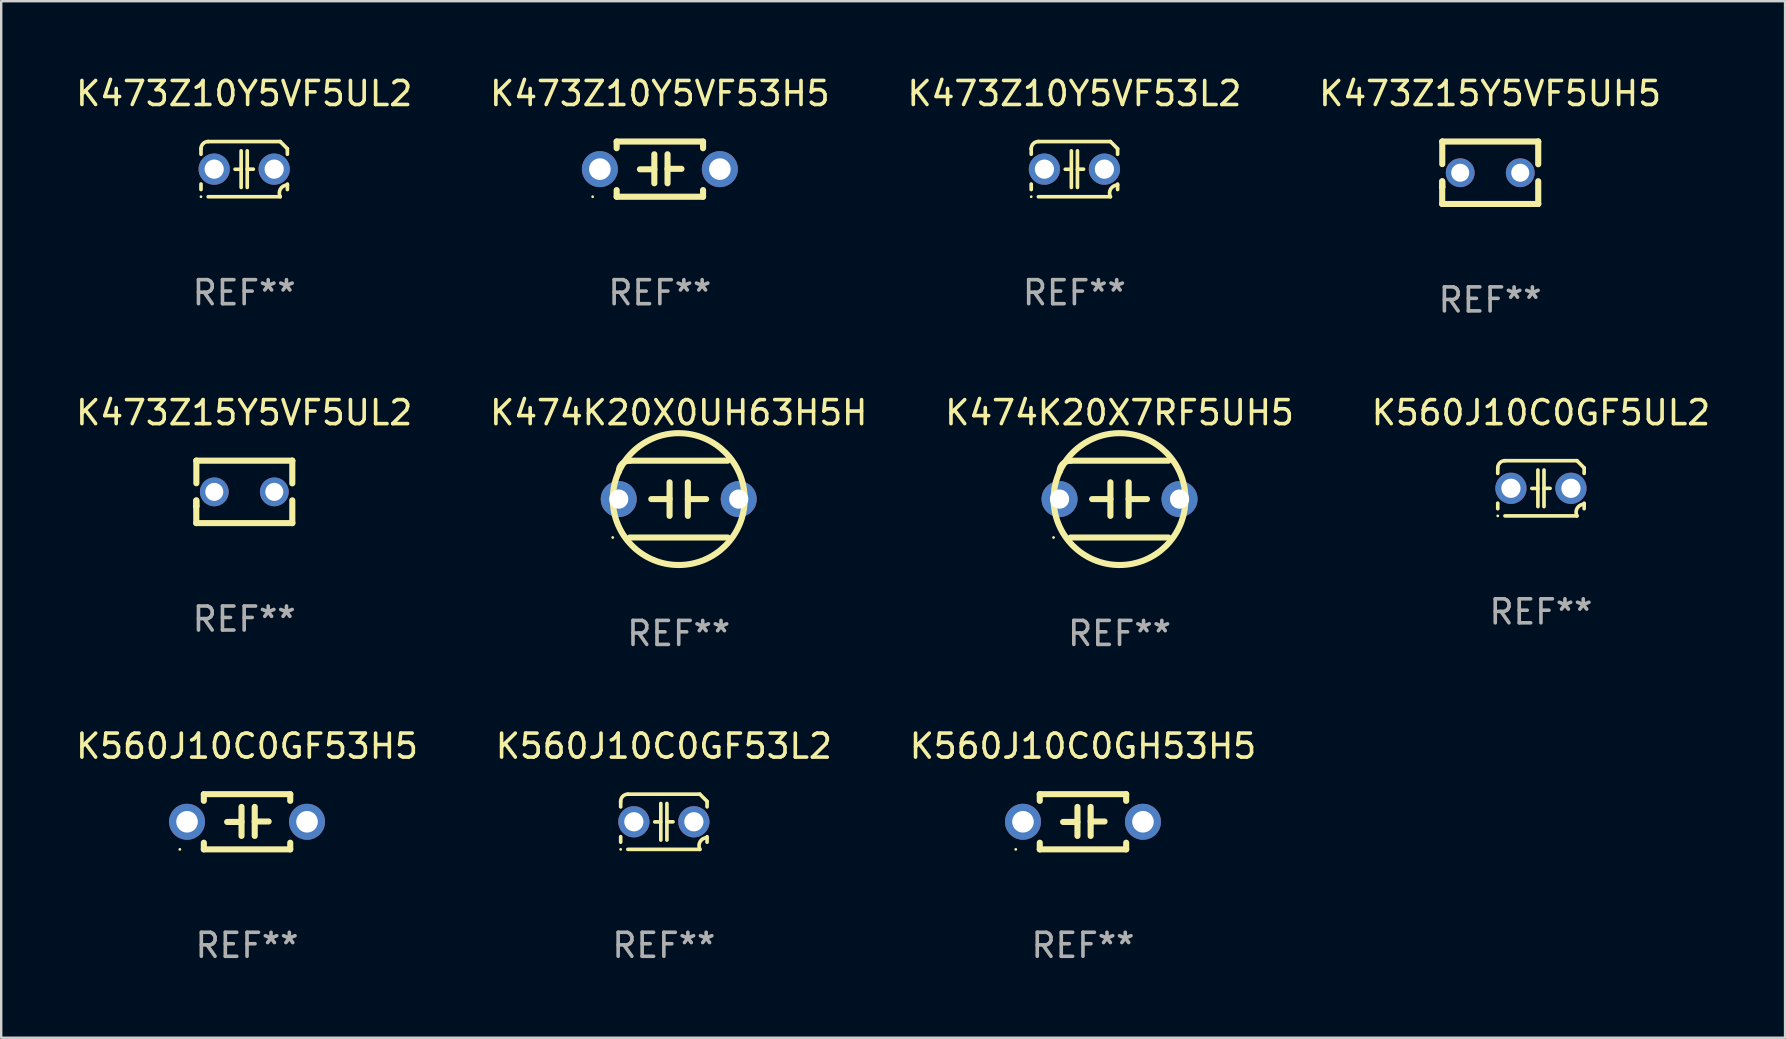
<source format=kicad_pcb>
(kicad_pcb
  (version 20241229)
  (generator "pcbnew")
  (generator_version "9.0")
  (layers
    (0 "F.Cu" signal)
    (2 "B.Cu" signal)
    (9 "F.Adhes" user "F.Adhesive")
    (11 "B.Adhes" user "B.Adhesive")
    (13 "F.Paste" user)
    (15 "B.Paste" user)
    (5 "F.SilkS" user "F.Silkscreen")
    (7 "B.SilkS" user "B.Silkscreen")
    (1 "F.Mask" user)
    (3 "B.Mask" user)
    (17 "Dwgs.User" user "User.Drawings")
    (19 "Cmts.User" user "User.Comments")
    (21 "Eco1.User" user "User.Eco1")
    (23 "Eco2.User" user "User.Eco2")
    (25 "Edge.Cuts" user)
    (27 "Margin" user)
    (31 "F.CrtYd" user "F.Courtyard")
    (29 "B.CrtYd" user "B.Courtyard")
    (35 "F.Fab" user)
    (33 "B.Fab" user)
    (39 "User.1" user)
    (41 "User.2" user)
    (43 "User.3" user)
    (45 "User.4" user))
  (footprint "K473Z10Y5VF53H5"
    (layer "F.Cu")
    (at 24.446 3.998)
    (property "Reference" "K473Z10Y5VF53H5" (at 0 -3.15 0) (layer "F.SilkS") (effects (font (size 1 1) (thickness 0.15))))
    (attr through_hole)
    (fp_line (start -1.8 -1.15) (end -1.8 -0.872) (stroke (width 0.254) (type solid)) (layer "F.SilkS"))
    (fp_line (start -1.8 -1.15) (end 1.8 -1.15) (stroke (width 0.254) (type solid)) (layer "F.SilkS"))
    (fp_line (start -1.8 0.872) (end -1.8 1.15) (stroke (width 0.254) (type solid)) (layer "F.SilkS"))
    (fp_line (start -1.8 1.15) (end 1.8 1.15) (stroke (width 0.254) (type solid)) (layer "F.SilkS"))
    (fp_line (start -0.23 -0.62) (end -0.23 0.59) (stroke (width 0.254) (type solid)) (layer "F.SilkS"))
    (fp_line (start -0.23 0.007) (end -0.83 0.007) (stroke (width 0.254) (type solid)) (layer "F.SilkS"))
    (fp_line (start 0.32 -0.62) (end 0.32 0.59) (stroke (width 0.254) (type solid)) (layer "F.SilkS"))
    (fp_line (start 0.32 -0.012) (end 0.9 -0.012) (stroke (width 0.254) (type solid)) (layer "F.SilkS"))
    (fp_line (start 1.8 -1.15) (end 1.8 -0.872) (stroke (width 0.254) (type solid)) (layer "F.SilkS"))
    (fp_line (start 1.8 0.872) (end 1.8 1.15) (stroke (width 0.254) (type solid)) (layer "F.SilkS"))
    (fp_circle (center -2.8 1.15) (end -2.77 1.15) (stroke (width 0.06) (type solid)) (fill no) (layer "F.SilkS"))
    (fp_text user "REF**" (at 0 5.15 0) (layer "F.Fab") (effects (font (size 1 1) (thickness 0.15))))
    (pad "1" thru_hole circle (at -2.5 0) (size 1.5 1.5) (drill 0.9) (layers "*.Cu" "*.Mask"))
    (pad "2" thru_hole circle (at 2.5 0) (size 1.5 1.5) (drill 0.9) (layers "*.Cu" "*.Mask")))
  (footprint "K473Z15Y5VF5UH5"
    (layer "F.Cu")
    (at 59.042 4.149)
    (property "Reference" "K473Z15Y5VF5UH5" (at 0 -3.301 0) (layer "F.SilkS") (effects (font (size 1 1) (thickness 0.15))))
    (attr through_hole)
    (fp_line (start -1.996 0.354) (end -1.996 1.301) (stroke (width 0.254) (type solid)) (layer "F.SilkS"))
    (fp_line (start -1.996 1.301) (end 2.002 1.301) (stroke (width 0.254) (type solid)) (layer "F.SilkS"))
    (fp_line (start -1.993 -1.299) (end -1.993 -0.36) (stroke (width 0.254) (type solid)) (layer "F.SilkS"))
    (fp_line (start -1.993 0.358) (end -1.993 0.599) (stroke (width 0.254) (type solid)) (layer "F.SilkS"))
    (fp_line (start -1.993 0.599) (end -2.005 0.61) (stroke (width 0.254) (type solid)) (layer "F.SilkS"))
    (fp_line (start -1.992 -1.301) (end -1.993 -1.299) (stroke (width 0.254) (type solid)) (layer "F.SilkS"))
    (fp_line (start 2.002 1.301) (end 2.005 1.298) (stroke (width 0.254) (type solid)) (layer "F.SilkS"))
    (fp_line (start 2.003 -1.301) (end -1.992 -1.301) (stroke (width 0.254) (type solid)) (layer "F.SilkS"))
    (fp_line (start 2.005 -1.299) (end 2.003 -1.301) (stroke (width 0.254) (type solid)) (layer "F.SilkS"))
    (fp_line (start 2.005 -0.355) (end 2.005 -1.299) (stroke (width 0.254) (type solid)) (layer "F.SilkS"))
    (fp_line (start 2.005 1.298) (end 2.005 0.352) (stroke (width 0.254) (type solid)) (layer "F.SilkS"))
    (fp_circle (center -1.996 1.299) (end -1.966 1.299) (stroke (width 0.06) (type solid)) (fill no) (layer "F.SilkS"))
    (fp_text user "REF**" (at 0 5.301 0) (layer "F.Fab") (effects (font (size 1 1) (thickness 0.15))))
    (pad "1" thru_hole circle (at -1.246 -0.001) (size 1.2 1.2) (drill 0.75) (layers "*.Cu" "*.Mask"))
    (pad "2" thru_hole circle (at 1.255 -0.001) (size 1.2 1.2) (drill 0.75) (layers "*.Cu" "*.Mask")))
  (footprint "K560J10C0GF53H5"
    (layer "F.Cu")
    (at 7.244 31.193)
    (property "Reference" "K560J10C0GF53H5" (at 0 -3.15 0) (layer "F.SilkS") (effects (font (size 1 1) (thickness 0.15))))
    (attr through_hole)
    (fp_line (start -1.8 -1.15) (end -1.8 -0.872) (stroke (width 0.254) (type solid)) (layer "F.SilkS"))
    (fp_line (start -1.8 -1.15) (end 1.8 -1.15) (stroke (width 0.254) (type solid)) (layer "F.SilkS"))
    (fp_line (start -1.8 0.872) (end -1.8 1.15) (stroke (width 0.254) (type solid)) (layer "F.SilkS"))
    (fp_line (start -1.8 1.15) (end 1.8 1.15) (stroke (width 0.254) (type solid)) (layer "F.SilkS"))
    (fp_line (start -0.23 -0.62) (end -0.23 0.59) (stroke (width 0.254) (type solid)) (layer "F.SilkS"))
    (fp_line (start -0.23 0.007) (end -0.83 0.007) (stroke (width 0.254) (type solid)) (layer "F.SilkS"))
    (fp_line (start 0.32 -0.62) (end 0.32 0.59) (stroke (width 0.254) (type solid)) (layer "F.SilkS"))
    (fp_line (start 0.32 -0.012) (end 0.9 -0.012) (stroke (width 0.254) (type solid)) (layer "F.SilkS"))
    (fp_line (start 1.8 -1.15) (end 1.8 -0.872) (stroke (width 0.254) (type solid)) (layer "F.SilkS"))
    (fp_line (start 1.8 0.872) (end 1.8 1.15) (stroke (width 0.254) (type solid)) (layer "F.SilkS"))
    (fp_circle (center -2.8 1.15) (end -2.77 1.15) (stroke (width 0.06) (type solid)) (fill no) (layer "F.SilkS"))
    (fp_text user "REF**" (at 0 5.15 0) (layer "F.Fab") (effects (font (size 1 1) (thickness 0.15))))
    (pad "1" thru_hole circle (at -2.5 0) (size 1.5 1.5) (drill 0.9) (layers "*.Cu" "*.Mask"))
    (pad "2" thru_hole circle (at 2.5 0) (size 1.5 1.5) (drill 0.9) (layers "*.Cu" "*.Mask")))
  (footprint "K560J10C0GH53H5"
    (layer "F.Cu")
    (at 42.077 31.193)
    (property "Reference" "K560J10C0GH53H5" (at 0 -3.15 0) (layer "F.SilkS") (effects (font (size 1 1) (thickness 0.15))))
    (attr through_hole)
    (fp_line (start -1.8 -1.15) (end -1.8 -0.872) (stroke (width 0.254) (type solid)) (layer "F.SilkS"))
    (fp_line (start -1.8 -1.15) (end 1.8 -1.15) (stroke (width 0.254) (type solid)) (layer "F.SilkS"))
    (fp_line (start -1.8 0.872) (end -1.8 1.15) (stroke (width 0.254) (type solid)) (layer "F.SilkS"))
    (fp_line (start -1.8 1.15) (end 1.8 1.15) (stroke (width 0.254) (type solid)) (layer "F.SilkS"))
    (fp_line (start -0.23 -0.62) (end -0.23 0.59) (stroke (width 0.254) (type solid)) (layer "F.SilkS"))
    (fp_line (start -0.23 0.007) (end -0.83 0.007) (stroke (width 0.254) (type solid)) (layer "F.SilkS"))
    (fp_line (start 0.32 -0.62) (end 0.32 0.59) (stroke (width 0.254) (type solid)) (layer "F.SilkS"))
    (fp_line (start 0.32 -0.012) (end 0.9 -0.012) (stroke (width 0.254) (type solid)) (layer "F.SilkS"))
    (fp_line (start 1.8 -1.15) (end 1.8 -0.872) (stroke (width 0.254) (type solid)) (layer "F.SilkS"))
    (fp_line (start 1.8 0.872) (end 1.8 1.15) (stroke (width 0.254) (type solid)) (layer "F.SilkS"))
    (fp_circle (center -2.8 1.15) (end -2.77 1.15) (stroke (width 0.06) (type solid)) (fill no) (layer "F.SilkS"))
    (fp_text user "REF**" (at 0 5.15 0) (layer "F.Fab") (effects (font (size 1 1) (thickness 0.15))))
    (pad "1" thru_hole circle (at -2.5 0) (size 1.5 1.5) (drill 0.9) (layers "*.Cu" "*.Mask"))
    (pad "2" thru_hole circle (at 2.5 0) (size 1.5 1.5) (drill 0.9) (layers "*.Cu" "*.Mask")))
  (footprint "K560J10C0GF53L2"
    (layer "F.Cu")
    (at 24.613 31.193)
    (property "Reference" "K560J10C0GF53L2" (at 0 -3.15 0) (layer "F.SilkS") (effects (font (size 1 1) (thickness 0.15))))
    (attr through_hole)
    (fp_line (start -1.8 -0.621) (end -1.8 -0.85) (stroke (width 0.152) (type solid)) (layer "F.SilkS"))
    (fp_line (start -1.8 0.85) (end -1.8 0.621) (stroke (width 0.152) (type solid)) (layer "F.SilkS"))
    (fp_line (start -1.5 -1.15) (end 1.5 -1.15) (stroke (width 0.152) (type solid)) (layer "F.SilkS"))
    (fp_line (start -0.127 -0.762) (end -0.127 0.762) (stroke (width 0.152) (type solid)) (layer "F.SilkS"))
    (fp_line (start -0.127 0.005) (end -0.381 0.005) (stroke (width 0.152) (type solid)) (layer "F.SilkS"))
    (fp_line (start 0.127 -0.762) (end 0.127 0.762) (stroke (width 0.152) (type solid)) (layer "F.SilkS"))
    (fp_line (start 0.127 0.002) (end 0.381 0.002) (stroke (width 0.152) (type solid)) (layer "F.SilkS"))
    (fp_line (start 1.5 1.15) (end -1.5 1.15) (stroke (width 0.152) (type solid)) (layer "F.SilkS"))
    (fp_line (start 1.8 -0.85) (end 1.8 -0.621) (stroke (width 0.152) (type solid)) (layer "F.SilkS"))
    (fp_line (start 1.8 0.621) (end 1.8 0.85) (stroke (width 0.152) (type solid)) (layer "F.SilkS"))
    (fp_arc (start -1.799975 -0.849987) (mid -1.712107 -1.062119) (end -1.499975 -1.149987) (stroke (width 0.151994) (type solid)) (layer "F.SilkS"))
    (fp_arc (start 1.499975 1.149987) (mid 1.513726 0.822359) (end 1.799975 0.662387) (stroke (width 0.151994) (type solid)) (layer "F.SilkS"))
    (fp_arc (start 1.500001 -1.149986) (mid 1.650015 -1.000001) (end 1.8 -0.849987) (stroke (width 0.151994) (type solid)) (layer "F.SilkS"))
    (fp_circle (center -1.8 1.15) (end -1.77 1.15) (stroke (width 0.06) (type solid)) (fill no) (layer "F.SilkS"))
    (fp_text user "REF**" (at 0 5.15 0) (layer "F.Fab") (effects (font (size 1 1) (thickness 0.15))))
    (pad "1" thru_hole circle (at -1.25 0) (size 1.3 1.3) (drill 0.8) (layers "*.Cu" "*.Mask"))
    (pad "2" thru_hole circle (at 1.25 0) (size 1.3 1.3) (drill 0.8) (layers "*.Cu" "*.Mask")))
  (footprint "K560J10C0GF5UL2"
    (layer "F.Cu")
    (at 61.161 17.297)
    (property "Reference" "K560J10C0GF5UL2" (at 0 -3.15 0) (layer "F.SilkS") (effects (font (size 1 1) (thickness 0.15))))
    (attr through_hole)
    (fp_line (start -1.8 -0.621) (end -1.8 -0.85) (stroke (width 0.152) (type solid)) (layer "F.SilkS"))
    (fp_line (start -1.8 0.85) (end -1.8 0.621) (stroke (width 0.152) (type solid)) (layer "F.SilkS"))
    (fp_line (start -1.5 -1.15) (end 1.5 -1.15) (stroke (width 0.152) (type solid)) (layer "F.SilkS"))
    (fp_line (start -0.127 -0.762) (end -0.127 0.762) (stroke (width 0.152) (type solid)) (layer "F.SilkS"))
    (fp_line (start -0.127 0.005) (end -0.381 0.005) (stroke (width 0.152) (type solid)) (layer "F.SilkS"))
    (fp_line (start 0.127 -0.762) (end 0.127 0.762) (stroke (width 0.152) (type solid)) (layer "F.SilkS"))
    (fp_line (start 0.127 0.002) (end 0.381 0.002) (stroke (width 0.152) (type solid)) (layer "F.SilkS"))
    (fp_line (start 1.5 1.15) (end -1.5 1.15) (stroke (width 0.152) (type solid)) (layer "F.SilkS"))
    (fp_line (start 1.8 -0.85) (end 1.8 -0.621) (stroke (width 0.152) (type solid)) (layer "F.SilkS"))
    (fp_line (start 1.8 0.621) (end 1.8 0.85) (stroke (width 0.152) (type solid)) (layer "F.SilkS"))
    (fp_arc (start -1.799975 -0.849987) (mid -1.712107 -1.062119) (end -1.499975 -1.149987) (stroke (width 0.151994) (type solid)) (layer "F.SilkS"))
    (fp_arc (start 1.499975 1.149987) (mid 1.513726 0.822359) (end 1.799975 0.662387) (stroke (width 0.151994) (type solid)) (layer "F.SilkS"))
    (fp_arc (start 1.500001 -1.149986) (mid 1.650015 -1.000001) (end 1.8 -0.849987) (stroke (width 0.151994) (type solid)) (layer "F.SilkS"))
    (fp_circle (center -1.8 1.15) (end -1.77 1.15) (stroke (width 0.06) (type solid)) (fill no) (layer "F.SilkS"))
    (fp_text user "REF**" (at 0 5.15 0) (layer "F.Fab") (effects (font (size 1 1) (thickness 0.15))))
    (pad "1" thru_hole circle (at -1.25 0) (size 1.3 1.3) (drill 0.8) (layers "*.Cu" "*.Mask"))
    (pad "2" thru_hole circle (at 1.25 0) (size 1.3 1.3) (drill 0.8) (layers "*.Cu" "*.Mask")))
  (footprint "K473Z10Y5VF5UL2"
    (layer "F.Cu")
    (at 7.125 3.998)
    (property "Reference" "K473Z10Y5VF5UL2" (at 0 -3.15 0) (layer "F.SilkS") (effects (font (size 1 1) (thickness 0.15))))
    (attr through_hole)
    (fp_line (start -1.8 -0.621) (end -1.8 -0.85) (stroke (width 0.152) (type solid)) (layer "F.SilkS"))
    (fp_line (start -1.8 0.85) (end -1.8 0.621) (stroke (width 0.152) (type solid)) (layer "F.SilkS"))
    (fp_line (start -1.5 -1.15) (end 1.5 -1.15) (stroke (width 0.152) (type solid)) (layer "F.SilkS"))
    (fp_line (start -0.127 -0.762) (end -0.127 0.762) (stroke (width 0.152) (type solid)) (layer "F.SilkS"))
    (fp_line (start -0.127 0.005) (end -0.381 0.005) (stroke (width 0.152) (type solid)) (layer "F.SilkS"))
    (fp_line (start 0.127 -0.762) (end 0.127 0.762) (stroke (width 0.152) (type solid)) (layer "F.SilkS"))
    (fp_line (start 0.127 0.002) (end 0.381 0.002) (stroke (width 0.152) (type solid)) (layer "F.SilkS"))
    (fp_line (start 1.5 1.15) (end -1.5 1.15) (stroke (width 0.152) (type solid)) (layer "F.SilkS"))
    (fp_line (start 1.8 -0.85) (end 1.8 -0.621) (stroke (width 0.152) (type solid)) (layer "F.SilkS"))
    (fp_line (start 1.8 0.621) (end 1.8 0.85) (stroke (width 0.152) (type solid)) (layer "F.SilkS"))
    (fp_arc (start -1.799975 -0.849987) (mid -1.712107 -1.062119) (end -1.499975 -1.149987) (stroke (width 0.151994) (type solid)) (layer "F.SilkS"))
    (fp_arc (start 1.499975 1.149987) (mid 1.513726 0.822359) (end 1.799975 0.662387) (stroke (width 0.151994) (type solid)) (layer "F.SilkS"))
    (fp_arc (start 1.500001 -1.149986) (mid 1.650015 -1.000001) (end 1.8 -0.849987) (stroke (width 0.151994) (type solid)) (layer "F.SilkS"))
    (fp_circle (center -1.8 1.15) (end -1.77 1.15) (stroke (width 0.06) (type solid)) (fill no) (layer "F.SilkS"))
    (fp_text user "REF**" (at 0 5.15 0) (layer "F.Fab") (effects (font (size 1 1) (thickness 0.15))))
    (pad "1" thru_hole circle (at -1.25 0) (size 1.3 1.3) (drill 0.8) (layers "*.Cu" "*.Mask"))
    (pad "2" thru_hole circle (at 1.25 0) (size 1.3 1.3) (drill 0.8) (layers "*.Cu" "*.Mask")))
  (footprint "K473Z10Y5VF53L2"
    (layer "F.Cu")
    (at 41.72 3.998)
    (property "Reference" "K473Z10Y5VF53L2" (at 0 -3.15 0) (layer "F.SilkS") (effects (font (size 1 1) (thickness 0.15))))
    (attr through_hole)
    (fp_line (start -1.8 -0.621) (end -1.8 -0.85) (stroke (width 0.152) (type solid)) (layer "F.SilkS"))
    (fp_line (start -1.8 0.85) (end -1.8 0.621) (stroke (width 0.152) (type solid)) (layer "F.SilkS"))
    (fp_line (start -1.5 -1.15) (end 1.5 -1.15) (stroke (width 0.152) (type solid)) (layer "F.SilkS"))
    (fp_line (start -0.127 -0.762) (end -0.127 0.762) (stroke (width 0.152) (type solid)) (layer "F.SilkS"))
    (fp_line (start -0.127 0.005) (end -0.381 0.005) (stroke (width 0.152) (type solid)) (layer "F.SilkS"))
    (fp_line (start 0.127 -0.762) (end 0.127 0.762) (stroke (width 0.152) (type solid)) (layer "F.SilkS"))
    (fp_line (start 0.127 0.002) (end 0.381 0.002) (stroke (width 0.152) (type solid)) (layer "F.SilkS"))
    (fp_line (start 1.5 1.15) (end -1.5 1.15) (stroke (width 0.152) (type solid)) (layer "F.SilkS"))
    (fp_line (start 1.8 -0.85) (end 1.8 -0.621) (stroke (width 0.152) (type solid)) (layer "F.SilkS"))
    (fp_line (start 1.8 0.621) (end 1.8 0.85) (stroke (width 0.152) (type solid)) (layer "F.SilkS"))
    (fp_arc (start -1.799975 -0.849987) (mid -1.712107 -1.062119) (end -1.499975 -1.149987) (stroke (width 0.151994) (type solid)) (layer "F.SilkS"))
    (fp_arc (start 1.499975 1.149987) (mid 1.513726 0.822359) (end 1.799975 0.662387) (stroke (width 0.151994) (type solid)) (layer "F.SilkS"))
    (fp_arc (start 1.500001 -1.149986) (mid 1.650015 -1.000001) (end 1.8 -0.849987) (stroke (width 0.151994) (type solid)) (layer "F.SilkS"))
    (fp_circle (center -1.8 1.15) (end -1.77 1.15) (stroke (width 0.06) (type solid)) (fill no) (layer "F.SilkS"))
    (fp_text user "REF**" (at 0 5.15 0) (layer "F.Fab") (effects (font (size 1 1) (thickness 0.15))))
    (pad "1" thru_hole circle (at -1.25 0) (size 1.3 1.3) (drill 0.8) (layers "*.Cu" "*.Mask"))
    (pad "2" thru_hole circle (at 1.25 0) (size 1.3 1.3) (drill 0.8) (layers "*.Cu" "*.Mask")))
  (footprint "K474K20X7RF5UH5"
    (layer "F.Cu")
    (at 43.601 17.747)
    (property "Reference" "K474K20X7RF5UH5" (at 0 -3.6 0) (layer "F.SilkS") (effects (font (size 1 1) (thickness 0.15))))
    (attr through_hole)
    (fp_line (start -2.038 1.6) (end 2.038 1.6) (stroke (width 0.254) (type solid)) (layer "F.SilkS"))
    (fp_line (start -1.143 0) (end -0.381 0) (stroke (width 0.254) (type solid)) (layer "F.SilkS"))
    (fp_line (start -0.381 -0.699) (end -0.381 0.699) (stroke (width 0.254) (type solid)) (layer "F.SilkS"))
    (fp_line (start 0.381 -0.699) (end 0.381 0.699) (stroke (width 0.254) (type solid)) (layer "F.SilkS"))
    (fp_line (start 1.143 0) (end 0.381 0) (stroke (width 0.254) (type solid)) (layer "F.SilkS"))
    (fp_line (start 2.038 -1.6) (end -2.038 -1.6) (stroke (width 0.254) (type solid)) (layer "F.SilkS"))
    (fp_arc (start -2.500127 -1.137744) (mid -2.364728 -1.464626) (end -2.037846 -1.600025) (stroke (width 0.254001) (type solid)) (layer "F.SilkS"))
    (fp_arc (start -2.500127 1.137719) (mid 2.500149 -1.137741) (end -2.500127 1.137719) (stroke (width 0.254001) (type solid)) (layer "F.SilkS"))
    (fp_circle (center -2.75 1.6) (end -2.72 1.6) (stroke (width 0.06) (type solid)) (fill no) (layer "F.SilkS"))
    (fp_text user "REF**" (at 0 5.6 0) (layer "F.Fab") (effects (font (size 1 1) (thickness 0.15))))
    (pad "1" thru_hole circle (at -2.5 0) (size 1.5 1.5) (drill 0.8) (layers "*.Cu" "*.Mask"))
    (pad "2" thru_hole circle (at 2.5 0) (size 1.5 1.5) (drill 0.8) (layers "*.Cu" "*.Mask")))
  (footprint "K473Z15Y5VF5UL2"
    (layer "F.Cu")
    (at 7.125 17.447)
    (property "Reference" "K473Z15Y5VF5UL2" (at 0 -3.301 0) (layer "F.SilkS") (effects (font (size 1 1) (thickness 0.15))))
    (attr through_hole)
    (fp_line (start -1.996 0.354) (end -1.996 1.301) (stroke (width 0.254) (type solid)) (layer "F.SilkS"))
    (fp_line (start -1.996 1.301) (end 2.002 1.301) (stroke (width 0.254) (type solid)) (layer "F.SilkS"))
    (fp_line (start -1.993 -1.299) (end -1.993 -0.36) (stroke (width 0.254) (type solid)) (layer "F.SilkS"))
    (fp_line (start -1.993 0.358) (end -1.993 0.599) (stroke (width 0.254) (type solid)) (layer "F.SilkS"))
    (fp_line (start -1.993 0.599) (end -2.005 0.61) (stroke (width 0.254) (type solid)) (layer "F.SilkS"))
    (fp_line (start -1.992 -1.301) (end -1.993 -1.299) (stroke (width 0.254) (type solid)) (layer "F.SilkS"))
    (fp_line (start 2.002 1.301) (end 2.005 1.298) (stroke (width 0.254) (type solid)) (layer "F.SilkS"))
    (fp_line (start 2.003 -1.301) (end -1.992 -1.301) (stroke (width 0.254) (type solid)) (layer "F.SilkS"))
    (fp_line (start 2.005 -1.299) (end 2.003 -1.301) (stroke (width 0.254) (type solid)) (layer "F.SilkS"))
    (fp_line (start 2.005 -0.355) (end 2.005 -1.299) (stroke (width 0.254) (type solid)) (layer "F.SilkS"))
    (fp_line (start 2.005 1.298) (end 2.005 0.352) (stroke (width 0.254) (type solid)) (layer "F.SilkS"))
    (fp_circle (center -1.996 1.299) (end -1.966 1.299) (stroke (width 0.06) (type solid)) (fill no) (layer "F.SilkS"))
    (fp_text user "REF**" (at 0 5.301 0) (layer "F.Fab") (effects (font (size 1 1) (thickness 0.15))))
    (pad "1" thru_hole circle (at -1.246 -0.001) (size 1.2 1.2) (drill 0.75) (layers "*.Cu" "*.Mask"))
    (pad "2" thru_hole circle (at 1.255 -0.001) (size 1.2 1.2) (drill 0.75) (layers "*.Cu" "*.Mask")))
  (footprint "K474K20X0UH63H5H"
    (layer "F.Cu")
    (at 25.232 17.747)
    (property "Reference" "K474K20X0UH63H5H" (at 0 -3.6 0) (layer "F.SilkS") (effects (font (size 1 1) (thickness 0.15))))
    (attr through_hole)
    (fp_line (start -2.038 1.6) (end 2.038 1.6) (stroke (width 0.254) (type solid)) (layer "F.SilkS"))
    (fp_line (start -1.143 0) (end -0.381 0) (stroke (width 0.254) (type solid)) (layer "F.SilkS"))
    (fp_line (start -0.381 -0.699) (end -0.381 0.699) (stroke (width 0.254) (type solid)) (layer "F.SilkS"))
    (fp_line (start 0.381 -0.699) (end 0.381 0.699) (stroke (width 0.254) (type solid)) (layer "F.SilkS"))
    (fp_line (start 1.143 0) (end 0.381 0) (stroke (width 0.254) (type solid)) (layer "F.SilkS"))
    (fp_line (start 2.038 -1.6) (end -2.038 -1.6) (stroke (width 0.254) (type solid)) (layer "F.SilkS"))
    (fp_arc (start -2.500127 -1.137744) (mid -2.364728 -1.464626) (end -2.037846 -1.600025) (stroke (width 0.254001) (type solid)) (layer "F.SilkS"))
    (fp_arc (start -2.500127 1.137719) (mid 2.500149 -1.137741) (end -2.500127 1.137719) (stroke (width 0.254001) (type solid)) (layer "F.SilkS"))
    (fp_circle (center -2.75 1.6) (end -2.72 1.6) (stroke (width 0.06) (type solid)) (fill no) (layer "F.SilkS"))
    (fp_text user "REF**" (at 0 5.6 0) (layer "F.Fab") (effects (font (size 1 1) (thickness 0.15))))
    (pad "1" thru_hole circle (at -2.5 0) (size 1.5 1.5) (drill 0.8) (layers "*.Cu" "*.Mask"))
    (pad "2" thru_hole circle (at 2.5 0) (size 1.5 1.5) (drill 0.8) (layers "*.Cu" "*.Mask")))
  (gr_rect
    (start -3 -3)
    (end 71.333 40.191)
    (stroke (width 0.1) (type default))
    (fill no)
    (layer "Edge.Cuts")))
</source>
